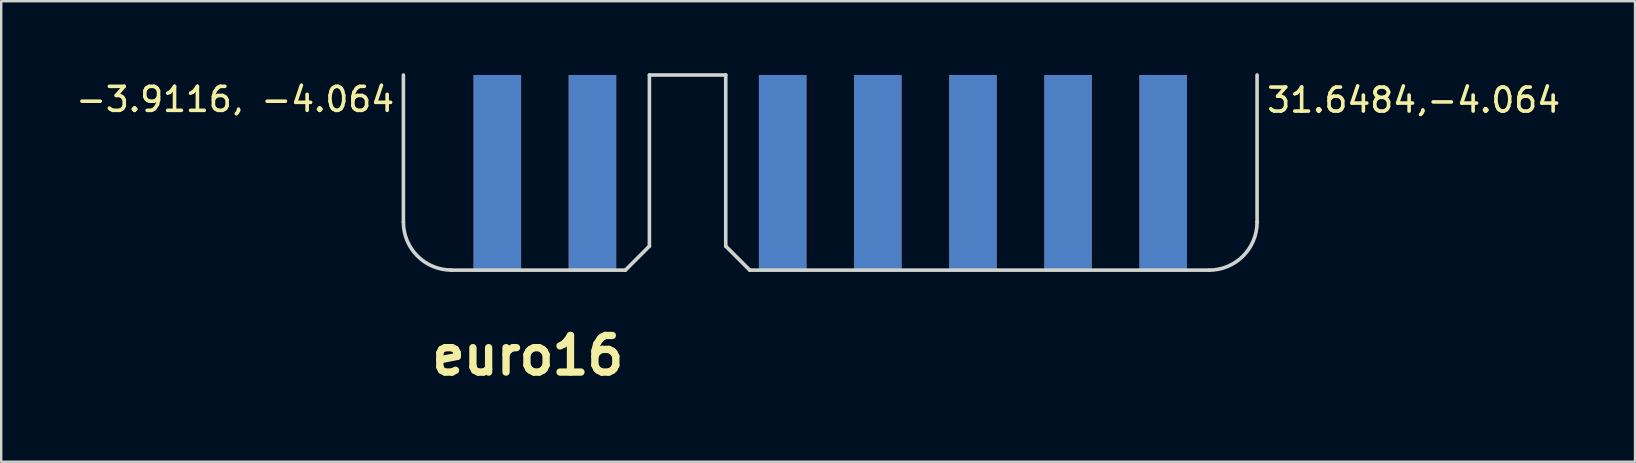
<source format=kicad_pcb>
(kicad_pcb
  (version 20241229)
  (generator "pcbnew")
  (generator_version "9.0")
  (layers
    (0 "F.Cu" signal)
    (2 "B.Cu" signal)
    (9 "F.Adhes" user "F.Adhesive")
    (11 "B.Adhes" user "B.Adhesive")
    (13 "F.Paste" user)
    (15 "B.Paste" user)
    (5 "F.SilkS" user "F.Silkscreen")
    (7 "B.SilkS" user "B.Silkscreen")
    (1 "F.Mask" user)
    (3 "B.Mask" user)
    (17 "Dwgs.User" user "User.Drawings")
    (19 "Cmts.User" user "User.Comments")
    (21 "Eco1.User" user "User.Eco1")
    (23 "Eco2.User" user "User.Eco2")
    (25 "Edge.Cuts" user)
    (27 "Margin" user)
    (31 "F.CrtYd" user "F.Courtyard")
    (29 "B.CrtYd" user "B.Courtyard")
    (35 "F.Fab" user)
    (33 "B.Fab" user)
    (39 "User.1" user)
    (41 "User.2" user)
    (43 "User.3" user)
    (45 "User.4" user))
  (footprint "euro16"
    (layer "F.Cu")
    (at 17.666 4.139)
    (property "Reference" "euro16" (at 1.27 7.62 0) (layer "F.SilkS") (effects (font (size 1.524 1.524) (thickness 0.305))))
    (attr through_hole)
    (fp_line (start -3.912 -4.064) (end -3.912 2.064) (stroke (width 0.15) (type solid)) (layer "Edge.Cuts"))
    (fp_line (start -1.915 4.064) (end 5.335 4.064) (stroke (width 0.15) (type solid)) (layer "Edge.Cuts"))
    (fp_line (start 5.335 4.064) (end 6.335 3.064) (stroke (width 0.15) (type solid)) (layer "Edge.Cuts"))
    (fp_line (start 6.335 -4.064) (end 9.515 -4.064) (stroke (width 0.15) (type solid)) (layer "Edge.Cuts"))
    (fp_line (start 6.335 3.064) (end 6.335 -4.064) (stroke (width 0.15) (type solid)) (layer "Edge.Cuts"))
    (fp_line (start 9.515 -4.064) (end 9.515 3.064) (stroke (width 0.15) (type solid)) (layer "Edge.Cuts"))
    (fp_line (start 9.515 3.064) (end 10.515 4.064) (stroke (width 0.15) (type solid)) (layer "Edge.Cuts"))
    (fp_line (start 10.515 4.064) (end 29.648 4.064) (stroke (width 0.15) (type solid)) (layer "Edge.Cuts"))
    (fp_line (start 31.648 2.064) (end 31.648 -4.064) (stroke (width 0.15) (type solid)) (layer "Edge.Cuts"))
    (fp_arc (start -1.9148 4.0608) (mid -3.326751 3.475951) (end -3.9116 2.064) (stroke (width 0.15) (type solid)) (layer "Edge.Cuts"))
    (fp_arc (start 31.6484 2.064) (mid 31.062614 3.478214) (end 29.6484 4.064) (stroke (width 0.15) (type solid)) (layer "Edge.Cuts"))
    (fp_text user "-3.9116, -4.064" (at -10.922 -3.048 0) (layer "F.SilkS") (effects (font (size 1 1) (thickness 0.15))))
    (fp_text user "31.6484,-4.064" (at 38.171 -3.018 0) (layer "F.SilkS") (effects (font (size 1 1) (thickness 0.15))))
    (pad "1" connect rect (at 0 0) (size 1.981 8.128) (layers "B.Cu" "B.Mask"))
    (pad "2" connect rect (at 0 0) (size 1.981 8.128) (layers "F.Cu" "F.Mask"))
    (pad "3" connect rect (at 3.962 0) (size 1.981 8.128) (layers "B.Cu" "B.Mask"))
    (pad "4" connect rect (at 3.962 0) (size 1.981 8.128) (layers "F.Cu" "F.Mask"))
    (pad "7" connect rect (at 11.887 0) (size 1.981 8.128) (layers "B.Cu" "B.Mask"))
    (pad "8" connect rect (at 11.887 0) (size 1.981 8.128) (layers "F.Cu" "F.Mask"))
    (pad "9" connect rect (at 15.85 0) (size 1.981 8.128) (layers "B.Cu" "B.Mask"))
    (pad "10" connect rect (at 15.85 0) (size 1.981 8.128) (layers "F.Cu" "F.Mask"))
    (pad "11" connect rect (at 19.812 0) (size 1.981 8.128) (layers "B.Cu" "B.Mask"))
    (pad "12" connect rect (at 19.812 0) (size 1.981 8.128) (layers "F.Cu" "F.Mask"))
    (pad "13" connect rect (at 23.774 0) (size 1.981 8.128) (layers "B.Cu" "B.Mask"))
    (pad "14" connect rect (at 23.774 0) (size 1.981 8.128) (layers "F.Cu" "F.Mask"))
    (pad "15" connect rect (at 27.737 0) (size 1.981 8.128) (layers "B.Cu" "B.Mask"))
    (pad "16" connect rect (at 27.737 0) (size 1.981 8.128) (layers "F.Cu" "F.Mask")))
  (gr_rect
    (start -3 -3)
    (end 65.057 16.185)
    (stroke (width 0.1) (type default))
    (fill no)
    (layer "Edge.Cuts")))
</source>
